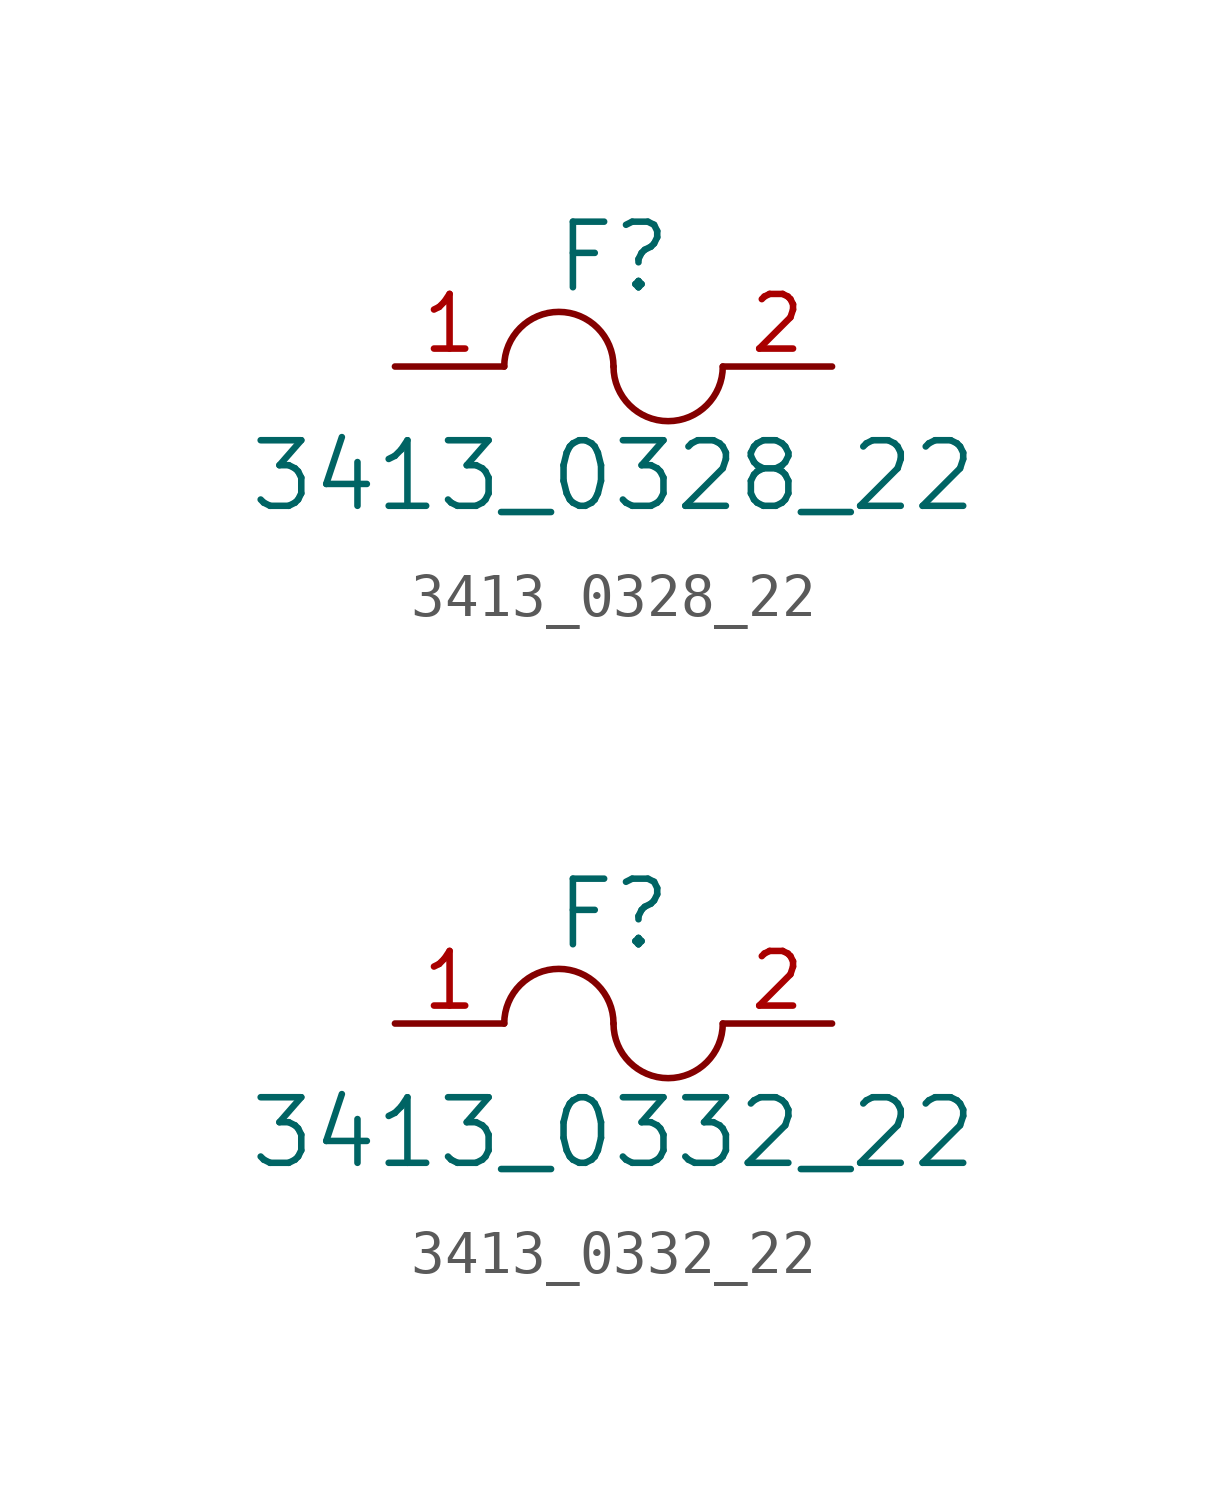
<source format=kicad_sym>
(kicad_symbol_lib
  (version 20201005)
  (generator kicad_symbol_editor)
  (symbol "3413_0328_22"
    (pin_names
      (offset 1.016))
    (property "Reference" "F"
      (at 0 2.54 0)
      (effects (font (size 1.524 1.524))))
    (property "Value" "3413_0328_22"
      (at 0 -2.54 0)
      (effects (font (size 1.524 1.524))))
    (symbol "3413_0328_22_0_1"
      (arc (start 0 0) (end -2.54 0) (radius (at -1.27 0) (length 1.27) (angles 0.1 179.9)) (stroke (width 0)) (fill (type none)))
      (arc (start 0 0) (end 2.54 0) (radius (at 1.27 0) (length 1.27) (angles -179.9 -0.1)) (stroke (width 0)) (fill (type none))))
    (symbol "3413_0328_22_1_1"
      (pin output line (at -5.08 0 0) (length 2.54) (name "~" (effects (font (size 1.27 1.27)))) (number "1" (effects (font (size 1.27 1.27)))))
      (pin output line (at 5.08 0 180) (length 2.54) (name "~" (effects (font (size 1.27 1.27)))) (number "2" (effects (font (size 1.27 1.27)))))))
  (symbol "3413_0332_22"
    (pin_names
      (offset 1.016))
    (property "Reference" "F"
      (at 0 2.54 0)
      (effects (font (size 1.524 1.524))))
    (property "Value" "3413_0332_22"
      (at 0 -2.54 0)
      (effects (font (size 1.524 1.524))))
    (symbol "3413_0332_22_0_1"
      (arc (start 0 0) (end -2.54 0) (radius (at -1.27 0) (length 1.27) (angles 0.1 179.9)) (stroke (width 0)) (fill (type none)))
      (arc (start 0 0) (end 2.54 0) (radius (at 1.27 0) (length 1.27) (angles -179.9 -0.1)) (stroke (width 0)) (fill (type none))))
    (symbol "3413_0332_22_1_1"
      (pin output line (at -5.08 0 0) (length 2.54) (name "~" (effects (font (size 1.27 1.27)))) (number "1" (effects (font (size 1.27 1.27)))))
      (pin output line (at 5.08 0 180) (length 2.54) (name "~" (effects (font (size 1.27 1.27)))) (number "2" (effects (font (size 1.27 1.27))))))))
</source>
